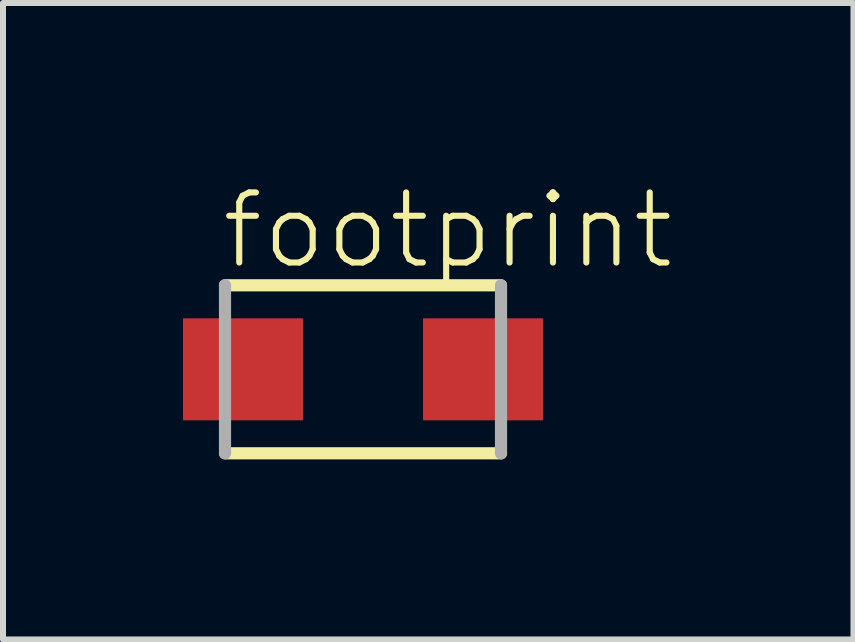
<source format=kicad_pcb>
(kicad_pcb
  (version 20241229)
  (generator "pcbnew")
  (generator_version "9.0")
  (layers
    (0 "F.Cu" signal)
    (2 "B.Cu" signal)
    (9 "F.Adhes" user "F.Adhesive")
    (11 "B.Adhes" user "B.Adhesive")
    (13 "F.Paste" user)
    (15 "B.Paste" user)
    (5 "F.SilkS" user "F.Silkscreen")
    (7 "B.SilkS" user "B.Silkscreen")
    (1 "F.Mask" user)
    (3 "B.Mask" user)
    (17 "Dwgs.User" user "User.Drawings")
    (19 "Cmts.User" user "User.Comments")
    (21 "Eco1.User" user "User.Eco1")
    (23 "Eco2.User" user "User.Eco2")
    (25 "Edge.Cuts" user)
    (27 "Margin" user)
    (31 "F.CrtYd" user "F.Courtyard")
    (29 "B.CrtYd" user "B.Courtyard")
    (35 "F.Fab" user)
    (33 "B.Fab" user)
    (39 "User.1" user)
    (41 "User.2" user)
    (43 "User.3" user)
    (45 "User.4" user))
  (footprint "footprint"
    (layer "F.Cu")
    (at 3 3.105)
    (property "Reference" "footprint" (at -2.408 -1.632 0) (layer "F.SilkS") (effects (font (size 1.168 1.168) (thickness 0.102)) (justify left bottom)))
    (fp_line (start -2.3 1.4) (end 2.3 1.4) (stroke (width 0.203) (type solid)) (layer "F.SilkS"))
    (fp_line (start 2.3 -1.4) (end -2.3 -1.4) (stroke (width 0.203) (type solid)) (layer "F.SilkS"))
    (fp_line (start -2.3 -1.4) (end -2.3 1.4) (stroke (width 0.203) (type solid)) (layer "F.Fab"))
    (fp_line (start 2.3 1.4) (end 2.3 -1.4) (stroke (width 0.203) (type solid)) (layer "F.Fab"))
    (pad "1" smd rect (at -2 0) (size 2 1.7) (layers "F.Cu" "F.Mask" "F.Paste"))
    (pad "2" smd rect (at 2 0) (size 2 1.7) (layers "F.Cu" "F.Mask" "F.Paste")))
  (gr_rect
    (start -3 -3)
    (end 11.174 7.607)
    (stroke (width 0.1) (type default))
    (fill no)
    (layer "Edge.Cuts")))
</source>
